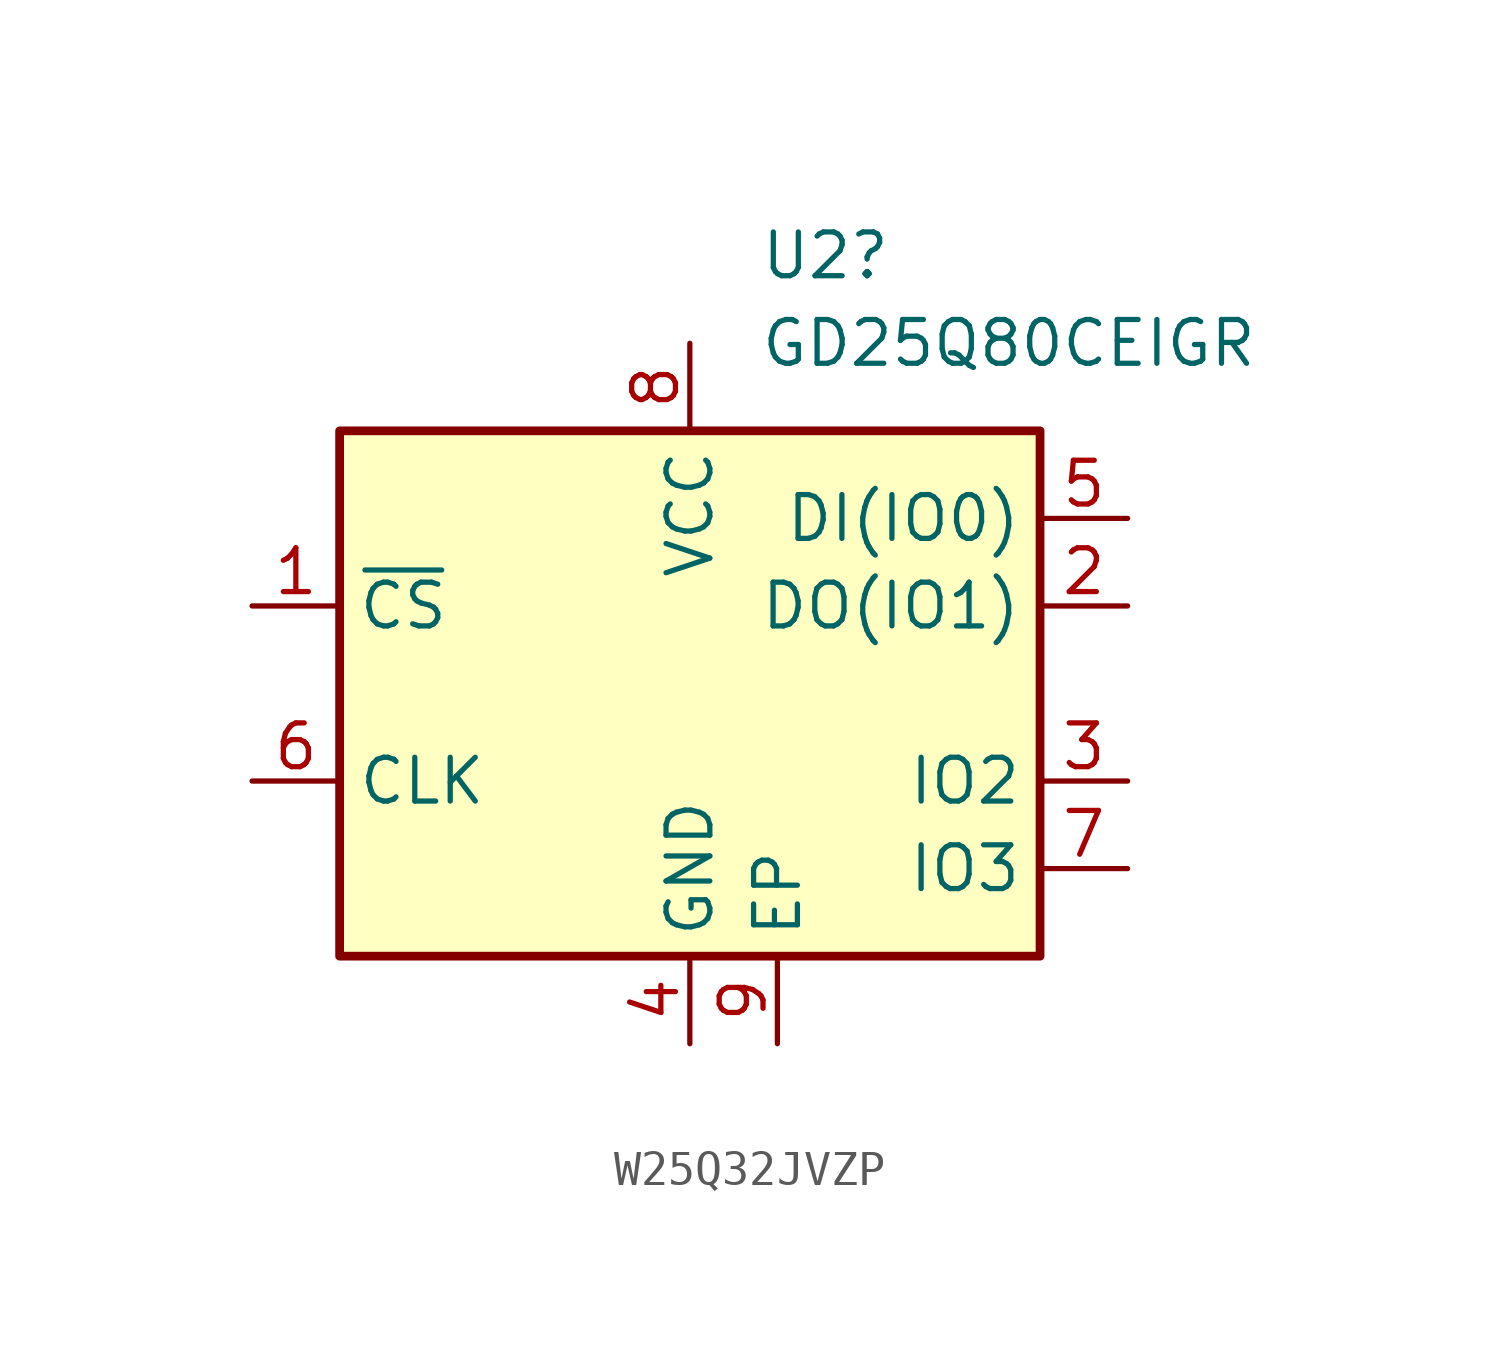
<source format=kicad_sym>
(kicad_symbol_lib
  (version 20220914)
  (generator kicad_symbol_editor)
  (symbol "W25Q32JVZP"
    (property "Reference" "U2"
      (at 2.019 12.7 0)
      (effects (font (size 1.27 1.27)) (justify left)))
    (property "Value" "GD25Q80CEIGR"
      (at 2.019 10.16 0)
      (effects (font (size 1.27 1.27)) (justify left)))
    (symbol "W25Q32JVZP_0_1"
      (rectangle (start -10.16 7.62) (end 10.16 -7.62) (stroke (width 0.254) (type default)) (fill (type background))))
    (symbol "W25Q32JVZP_1_1"
      (pin input line (at -12.7 2.54 0) (length 2.54) (name "~{CS}" (effects (font (size 1.27 1.27)))) (number "1" (effects (font (size 1.27 1.27)))))
      (pin bidirectional line (at 12.7 2.54 180) (length 2.54) (name "DO(IO1)" (effects (font (size 1.27 1.27)))) (number "2" (effects (font (size 1.27 1.27)))))
      (pin bidirectional line (at 12.7 -2.54 180) (length 2.54) (name "IO2" (effects (font (size 1.27 1.27)))) (number "3" (effects (font (size 1.27 1.27)))))
      (pin power_in line (at 0 -10.16 90) (length 2.54) (name "GND" (effects (font (size 1.27 1.27)))) (number "4" (effects (font (size 1.27 1.27)))))
      (pin bidirectional line (at 12.7 5.08 180) (length 2.54) (name "DI(IO0)" (effects (font (size 1.27 1.27)))) (number "5" (effects (font (size 1.27 1.27)))))
      (pin input line (at -12.7 -2.54 0) (length 2.54) (name "CLK" (effects (font (size 1.27 1.27)))) (number "6" (effects (font (size 1.27 1.27)))))
      (pin bidirectional line (at 12.7 -5.08 180) (length 2.54) (name "IO3" (effects (font (size 1.27 1.27)))) (number "7" (effects (font (size 1.27 1.27)))))
      (pin power_in line (at 0 10.16 270) (length 2.54) (name "VCC" (effects (font (size 1.27 1.27)))) (number "8" (effects (font (size 1.27 1.27)))))
      (pin passive line (at 2.54 -10.16 90) (length 2.54) (name "EP" (effects (font (size 1.27 1.27)))) (number "9" (effects (font (size 1.27 1.27))))))))
</source>
